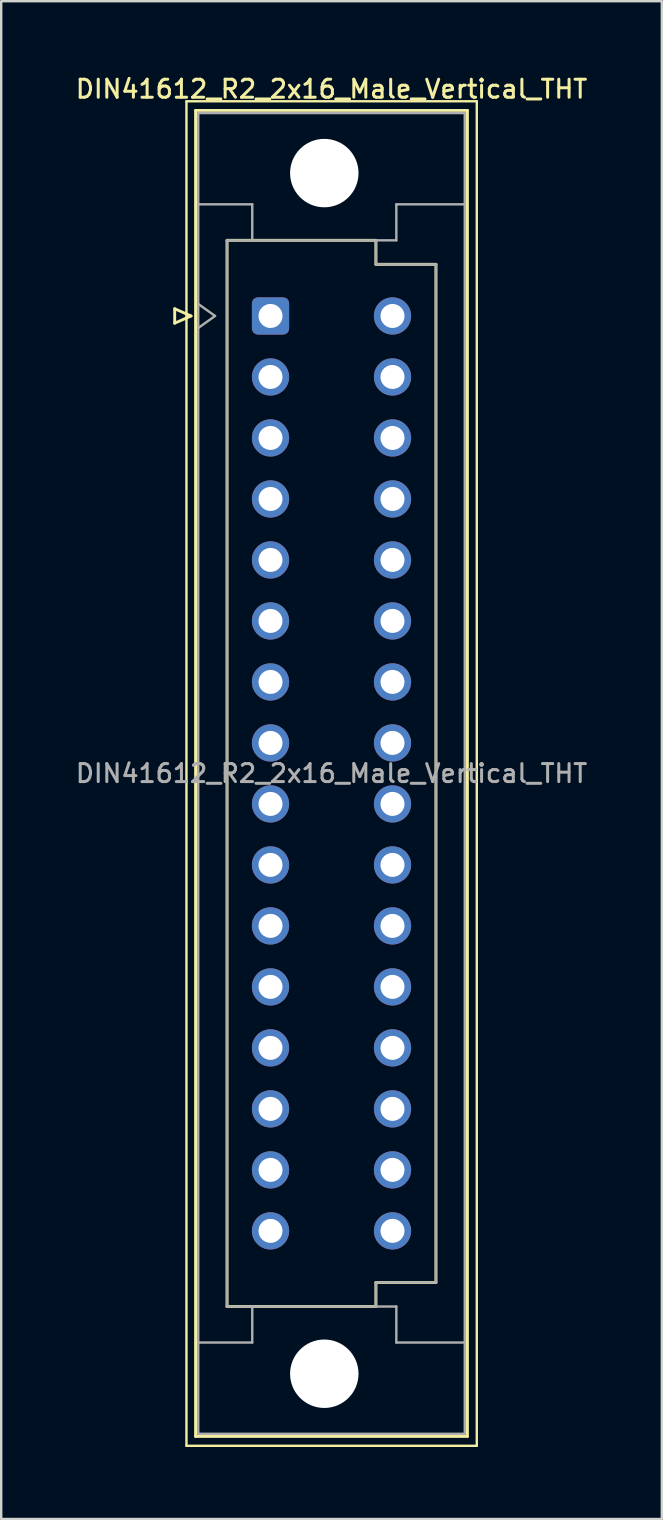
<source format=kicad_pcb>
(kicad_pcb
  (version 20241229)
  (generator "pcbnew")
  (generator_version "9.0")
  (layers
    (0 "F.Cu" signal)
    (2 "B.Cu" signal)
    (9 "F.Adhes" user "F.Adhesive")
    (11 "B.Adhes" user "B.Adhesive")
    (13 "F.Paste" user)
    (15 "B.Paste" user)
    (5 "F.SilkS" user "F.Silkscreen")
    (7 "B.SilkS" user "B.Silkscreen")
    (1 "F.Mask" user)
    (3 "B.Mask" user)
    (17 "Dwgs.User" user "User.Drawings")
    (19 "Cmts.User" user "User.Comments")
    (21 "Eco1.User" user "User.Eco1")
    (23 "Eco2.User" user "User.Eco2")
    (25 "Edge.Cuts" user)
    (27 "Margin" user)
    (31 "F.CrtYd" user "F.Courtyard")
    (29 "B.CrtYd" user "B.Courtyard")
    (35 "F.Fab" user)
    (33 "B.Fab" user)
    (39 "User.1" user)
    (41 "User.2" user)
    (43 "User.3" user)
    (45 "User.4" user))
  (footprint "DIN41612_R2_2x16_Male_Vertical_THT"
    (layer "F.Cu")
    (at 8.215 10.108)
    (property "Reference" "DIN41612_R2_2x16_Male_Vertical_THT" (at 2.54 -9.45 0) (layer "F.SilkS") (effects (font (size 0.75 0.75) (thickness 0.125))))
    (attr through_hole)
    (fp_line (start -3.99 -0.3) (end -3.99 0.3) (stroke (width 0.12) (type solid)) (layer "F.SilkS"))
    (fp_line (start -3.99 0.3) (end -3.31 0) (stroke (width 0.12) (type solid)) (layer "F.SilkS"))
    (fp_line (start -3.5 -8.94) (end 8.59 -8.94) (stroke (width 0.1) (type solid)) (layer "F.SilkS"))
    (fp_line (start -3.5 47.05) (end -3.5 -8.94) (stroke (width 0.1) (type solid)) (layer "F.SilkS"))
    (fp_line (start -3.31 0) (end -3.99 -0.3) (stroke (width 0.12) (type solid)) (layer "F.SilkS"))
    (fp_line (start -3.12 -8.56) (end 8.2 -8.56) (stroke (width 0.12) (type solid)) (layer "F.SilkS"))
    (fp_line (start -3.12 46.66) (end -3.12 -8.56) (stroke (width 0.12) (type solid)) (layer "F.SilkS"))
    (fp_line (start -1.81 -3.15) (end 4.39 -3.15) (stroke (width 0.12) (type solid)) (layer "F.SilkS"))
    (fp_line (start -1.81 41.25) (end -1.81 -3.15) (stroke (width 0.12) (type solid)) (layer "F.SilkS"))
    (fp_line (start 4.39 -3.15) (end 4.39 -2.15) (stroke (width 0.12) (type solid)) (layer "F.SilkS"))
    (fp_line (start 4.39 -2.15) (end 6.89 -2.15) (stroke (width 0.12) (type solid)) (layer "F.SilkS"))
    (fp_line (start 4.39 40.25) (end 4.39 41.25) (stroke (width 0.12) (type solid)) (layer "F.SilkS"))
    (fp_line (start 4.39 41.25) (end -1.81 41.25) (stroke (width 0.12) (type solid)) (layer "F.SilkS"))
    (fp_line (start 6.89 -2.15) (end 6.89 40.25) (stroke (width 0.12) (type solid)) (layer "F.SilkS"))
    (fp_line (start 6.89 40.25) (end 4.39 40.25) (stroke (width 0.12) (type solid)) (layer "F.SilkS"))
    (fp_line (start 8.2 -8.56) (end 8.2 46.66) (stroke (width 0.12) (type solid)) (layer "F.SilkS"))
    (fp_line (start 8.2 46.66) (end -3.12 46.66) (stroke (width 0.12) (type solid)) (layer "F.SilkS"))
    (fp_line (start 8.59 -8.94) (end 8.59 47.05) (stroke (width 0.1) (type solid)) (layer "F.SilkS"))
    (fp_line (start 8.59 47.05) (end -3.5 47.05) (stroke (width 0.1) (type solid)) (layer "F.SilkS"))
    (fp_line (start -3.01 -8.45) (end 8.09 -8.45) (stroke (width 0.1) (type solid)) (layer "F.Fab"))
    (fp_line (start -3.01 -4.65) (end -0.76 -4.65) (stroke (width 0.1) (type solid)) (layer "F.Fab"))
    (fp_line (start -3.01 -0.5) (end -2.31 0) (stroke (width 0.1) (type solid)) (layer "F.Fab"))
    (fp_line (start -3.01 42.75) (end -0.76 42.75) (stroke (width 0.1) (type solid)) (layer "F.Fab"))
    (fp_line (start -3.01 46.55) (end -3.01 -8.45) (stroke (width 0.1) (type solid)) (layer "F.Fab"))
    (fp_line (start -2.31 0) (end -3.01 0.5) (stroke (width 0.1) (type solid)) (layer "F.Fab"))
    (fp_line (start -1.81 -3.15) (end 4.39 -3.15) (stroke (width 0.1) (type solid)) (layer "F.Fab"))
    (fp_line (start -1.81 41.25) (end -1.81 -3.15) (stroke (width 0.1) (type solid)) (layer "F.Fab"))
    (fp_line (start -0.76 -4.65) (end -0.76 -3.15) (stroke (width 0.1) (type solid)) (layer "F.Fab"))
    (fp_line (start -0.76 42.75) (end -0.76 41.25) (stroke (width 0.1) (type solid)) (layer "F.Fab"))
    (fp_line (start 4.39 -3.15) (end 4.39 -2.15) (stroke (width 0.1) (type solid)) (layer "F.Fab"))
    (fp_line (start 4.39 -3.15) (end 5.24 -3.15) (stroke (width 0.1) (type solid)) (layer "F.Fab"))
    (fp_line (start 4.39 -2.15) (end 6.89 -2.15) (stroke (width 0.1) (type solid)) (layer "F.Fab"))
    (fp_line (start 4.39 40.25) (end 4.39 41.25) (stroke (width 0.1) (type solid)) (layer "F.Fab"))
    (fp_line (start 4.39 41.25) (end -1.81 41.25) (stroke (width 0.1) (type solid)) (layer "F.Fab"))
    (fp_line (start 4.39 41.25) (end 5.24 41.25) (stroke (width 0.1) (type solid)) (layer "F.Fab"))
    (fp_line (start 5.24 -4.65) (end 8.09 -4.65) (stroke (width 0.1) (type solid)) (layer "F.Fab"))
    (fp_line (start 5.24 -3.15) (end 5.24 -4.65) (stroke (width 0.1) (type solid)) (layer "F.Fab"))
    (fp_line (start 5.24 41.25) (end 5.24 42.75) (stroke (width 0.1) (type solid)) (layer "F.Fab"))
    (fp_line (start 5.24 42.75) (end 8.09 42.75) (stroke (width 0.1) (type solid)) (layer "F.Fab"))
    (fp_line (start 6.89 -2.15) (end 6.89 40.25) (stroke (width 0.1) (type solid)) (layer "F.Fab"))
    (fp_line (start 6.89 40.25) (end 4.39 40.25) (stroke (width 0.1) (type solid)) (layer "F.Fab"))
    (fp_line (start 8.09 -8.45) (end 8.09 46.55) (stroke (width 0.1) (type solid)) (layer "F.Fab"))
    (fp_line (start 8.09 46.55) (end -3.01 46.55) (stroke (width 0.1) (type solid)) (layer "F.Fab"))
    (fp_text user "${REFERENCE}" (at 2.54 19.05 0) (layer "F.Fab") (effects (font (size 0.75 0.75) (thickness 0.125))))
    (pad "" np_thru_hole circle (at 2.24 -5.95) (size 2.85 2.85) (drill 2.85) (layers "*.Cu" "*.Mask"))
    (pad "" np_thru_hole circle (at 2.24 44.05) (size 2.85 2.85) (drill 2.85) (layers "*.Cu" "*.Mask"))
    (pad "a1" thru_hole roundrect (at 0 0) (size 1.55 1.55) (drill 1) (layers "*.Cu" "*.Mask") (roundrect_rratio 0.161))
    (pad "a2" thru_hole circle (at 0 2.54) (size 1.55 1.55) (drill 1) (layers "*.Cu" "*.Mask"))
    (pad "a3" thru_hole circle (at 0 5.08) (size 1.55 1.55) (drill 1) (layers "*.Cu" "*.Mask"))
    (pad "a4" thru_hole circle (at 0 7.62) (size 1.55 1.55) (drill 1) (layers "*.Cu" "*.Mask"))
    (pad "a5" thru_hole circle (at 0 10.16) (size 1.55 1.55) (drill 1) (layers "*.Cu" "*.Mask"))
    (pad "a6" thru_hole circle (at 0 12.7) (size 1.55 1.55) (drill 1) (layers "*.Cu" "*.Mask"))
    (pad "a7" thru_hole circle (at 0 15.24) (size 1.55 1.55) (drill 1) (layers "*.Cu" "*.Mask"))
    (pad "a8" thru_hole circle (at 0 17.78) (size 1.55 1.55) (drill 1) (layers "*.Cu" "*.Mask"))
    (pad "a9" thru_hole circle (at 0 20.32) (size 1.55 1.55) (drill 1) (layers "*.Cu" "*.Mask"))
    (pad "a10" thru_hole circle (at 0 22.86) (size 1.55 1.55) (drill 1) (layers "*.Cu" "*.Mask"))
    (pad "a11" thru_hole circle (at 0 25.4) (size 1.55 1.55) (drill 1) (layers "*.Cu" "*.Mask"))
    (pad "a12" thru_hole circle (at 0 27.94) (size 1.55 1.55) (drill 1) (layers "*.Cu" "*.Mask"))
    (pad "a13" thru_hole circle (at 0 30.48) (size 1.55 1.55) (drill 1) (layers "*.Cu" "*.Mask"))
    (pad "a14" thru_hole circle (at 0 33.02) (size 1.55 1.55) (drill 1) (layers "*.Cu" "*.Mask"))
    (pad "a15" thru_hole circle (at 0 35.56) (size 1.55 1.55) (drill 1) (layers "*.Cu" "*.Mask"))
    (pad "a16" thru_hole circle (at 0 38.1) (size 1.55 1.55) (drill 1) (layers "*.Cu" "*.Mask"))
    (pad "c1" thru_hole circle (at 5.08 0) (size 1.55 1.55) (drill 1) (layers "*.Cu" "*.Mask"))
    (pad "c2" thru_hole circle (at 5.08 2.54) (size 1.55 1.55) (drill 1) (layers "*.Cu" "*.Mask"))
    (pad "c3" thru_hole circle (at 5.08 5.08) (size 1.55 1.55) (drill 1) (layers "*.Cu" "*.Mask"))
    (pad "c4" thru_hole circle (at 5.08 7.62) (size 1.55 1.55) (drill 1) (layers "*.Cu" "*.Mask"))
    (pad "c5" thru_hole circle (at 5.08 10.16) (size 1.55 1.55) (drill 1) (layers "*.Cu" "*.Mask"))
    (pad "c6" thru_hole circle (at 5.08 12.7) (size 1.55 1.55) (drill 1) (layers "*.Cu" "*.Mask"))
    (pad "c7" thru_hole circle (at 5.08 15.24) (size 1.55 1.55) (drill 1) (layers "*.Cu" "*.Mask"))
    (pad "c8" thru_hole circle (at 5.08 17.78) (size 1.55 1.55) (drill 1) (layers "*.Cu" "*.Mask"))
    (pad "c9" thru_hole circle (at 5.08 20.32) (size 1.55 1.55) (drill 1) (layers "*.Cu" "*.Mask"))
    (pad "c10" thru_hole circle (at 5.08 22.86) (size 1.55 1.55) (drill 1) (layers "*.Cu" "*.Mask"))
    (pad "c11" thru_hole circle (at 5.08 25.4) (size 1.55 1.55) (drill 1) (layers "*.Cu" "*.Mask"))
    (pad "c12" thru_hole circle (at 5.08 27.94) (size 1.55 1.55) (drill 1) (layers "*.Cu" "*.Mask"))
    (pad "c13" thru_hole circle (at 5.08 30.48) (size 1.55 1.55) (drill 1) (layers "*.Cu" "*.Mask"))
    (pad "c14" thru_hole circle (at 5.08 33.02) (size 1.55 1.55) (drill 1) (layers "*.Cu" "*.Mask"))
    (pad "c15" thru_hole circle (at 5.08 35.56) (size 1.55 1.55) (drill 1) (layers "*.Cu" "*.Mask"))
    (pad "c16" thru_hole circle (at 5.08 38.1) (size 1.55 1.55) (drill 1) (layers "*.Cu" "*.Mask")))
  (gr_rect
    (start -3 -3)
    (end 24.511 60.208)
    (stroke (width 0.1) (type default))
    (fill no)
    (layer "Edge.Cuts")))
</source>
